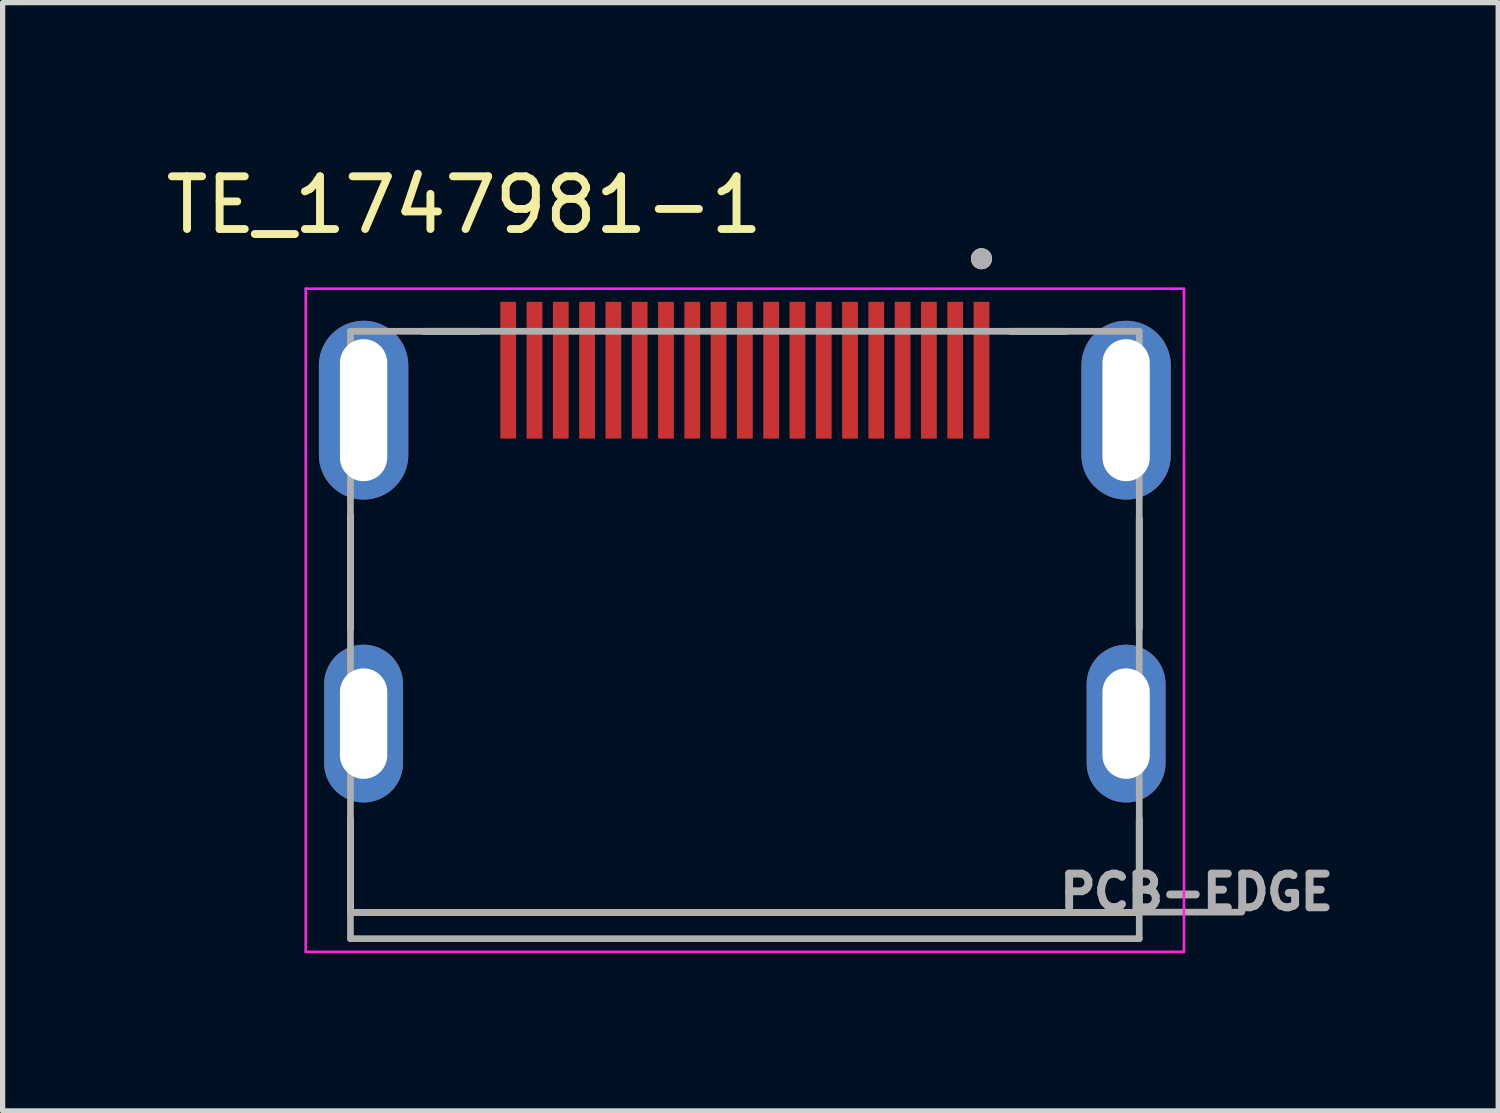
<source format=kicad_pcb>
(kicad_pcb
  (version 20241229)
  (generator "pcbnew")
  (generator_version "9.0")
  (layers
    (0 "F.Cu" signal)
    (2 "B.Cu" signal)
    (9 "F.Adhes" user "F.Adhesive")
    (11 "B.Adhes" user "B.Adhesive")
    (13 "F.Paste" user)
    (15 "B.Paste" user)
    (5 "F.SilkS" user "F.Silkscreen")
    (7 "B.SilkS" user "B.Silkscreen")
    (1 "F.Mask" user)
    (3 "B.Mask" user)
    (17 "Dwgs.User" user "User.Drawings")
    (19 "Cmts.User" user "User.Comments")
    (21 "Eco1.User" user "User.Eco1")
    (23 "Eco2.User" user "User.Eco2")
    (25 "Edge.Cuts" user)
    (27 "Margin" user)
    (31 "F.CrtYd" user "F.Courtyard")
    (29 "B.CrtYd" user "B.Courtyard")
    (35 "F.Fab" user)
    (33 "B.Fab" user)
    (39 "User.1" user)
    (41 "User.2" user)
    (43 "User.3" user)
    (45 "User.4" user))
  (footprint "TE_1747981-1"
    (layer "F.Cu")
    (at 11.114 4.75)
    (property "Reference" "TE_1747981-1" (at -5.335 -3.901 0) (layer "F.SilkS") (effects (font (size 1.002 1.002) (thickness 0.15))))
    (attr through_hole)
    (fp_line (start -7.5 2.01) (end -7.5 4.15) (stroke (width 0.127) (type solid)) (layer "F.SilkS"))
    (fp_line (start -7.5 7.77) (end -7.5 9.55) (stroke (width 0.127) (type solid)) (layer "F.SilkS"))
    (fp_line (start -7.5 9.55) (end 7.5 9.55) (stroke (width 0.127) (type solid)) (layer "F.SilkS"))
    (fp_line (start -6.11 -1.5) (end -5.05 -1.5) (stroke (width 0.127) (type solid)) (layer "F.SilkS"))
    (fp_line (start 6.11 -1.5) (end 5.05 -1.5) (stroke (width 0.127) (type solid)) (layer "F.SilkS"))
    (fp_line (start 7.5 2.06) (end 7.5 4.15) (stroke (width 0.127) (type solid)) (layer "F.SilkS"))
    (fp_line (start 7.5 9.55) (end 7.5 7.77) (stroke (width 0.127) (type solid)) (layer "F.SilkS"))
    (fp_circle (center 4.5 -2.88) (end 4.6 -2.88) (stroke (width 0.2) (type solid)) (fill no) (layer "F.SilkS"))
    (fp_line (start -8.35 -2.31) (end 8.35 -2.31) (stroke (width 0.05) (type solid)) (layer "F.CrtYd"))
    (fp_line (start -8.35 10.3) (end -8.35 -2.31) (stroke (width 0.05) (type solid)) (layer "F.CrtYd"))
    (fp_line (start 8.35 -2.31) (end 8.35 10.3) (stroke (width 0.05) (type solid)) (layer "F.CrtYd"))
    (fp_line (start 8.35 10.3) (end -8.35 10.3) (stroke (width 0.05) (type solid)) (layer "F.CrtYd"))
    (fp_line (start -7.5 -1.5) (end 7.5 -1.5) (stroke (width 0.127) (type solid)) (layer "F.Fab"))
    (fp_line (start -7.5 9.55) (end -7.5 -1.5) (stroke (width 0.127) (type solid)) (layer "F.Fab"))
    (fp_line (start -7.5 9.55) (end 7.5 9.55) (stroke (width 0.127) (type solid)) (layer "F.Fab"))
    (fp_line (start -7.5 10.05) (end -7.5 9.55) (stroke (width 0.127) (type solid)) (layer "F.Fab"))
    (fp_line (start 7.5 -1.5) (end 7.5 9.545) (stroke (width 0.127) (type solid)) (layer "F.Fab"))
    (fp_line (start 7.5 9.545) (end 7.5 9.55) (stroke (width 0.127) (type solid)) (layer "F.Fab"))
    (fp_line (start 7.5 9.545) (end 9.45 9.545) (stroke (width 0.127) (type solid)) (layer "F.Fab"))
    (fp_line (start 7.5 9.55) (end 7.5 10.05) (stroke (width 0.127) (type solid)) (layer "F.Fab"))
    (fp_line (start 7.5 10.05) (end -7.5 10.05) (stroke (width 0.127) (type solid)) (layer "F.Fab"))
    (fp_circle (center 4.5 -2.88) (end 4.6 -2.88) (stroke (width 0.2) (type solid)) (fill no) (layer "F.Fab"))
    (fp_text user "PCB-EDGE" (at 8.59 9.165 0) (layer "F.Fab") (effects (font (size 0.64 0.64) (thickness 0.15))))
    (pad "1" smd rect (at 4.5 -0.76) (size 0.3 2.6) (layers "F.Cu" "F.Mask" "F.Paste"))
    (pad "2" smd rect (at 4 -0.76) (size 0.3 2.6) (layers "F.Cu" "F.Mask" "F.Paste"))
    (pad "3" smd rect (at 3.5 -0.76) (size 0.3 2.6) (layers "F.Cu" "F.Mask" "F.Paste"))
    (pad "4" smd rect (at 3 -0.76) (size 0.3 2.6) (layers "F.Cu" "F.Mask" "F.Paste"))
    (pad "5" smd rect (at 2.5 -0.76) (size 0.3 2.6) (layers "F.Cu" "F.Mask" "F.Paste"))
    (pad "6" smd rect (at 2 -0.76) (size 0.3 2.6) (layers "F.Cu" "F.Mask" "F.Paste"))
    (pad "7" smd rect (at 1.5 -0.76) (size 0.3 2.6) (layers "F.Cu" "F.Mask" "F.Paste"))
    (pad "8" smd rect (at 1 -0.76) (size 0.3 2.6) (layers "F.Cu" "F.Mask" "F.Paste"))
    (pad "9" smd rect (at 0.5 -0.76) (size 0.3 2.6) (layers "F.Cu" "F.Mask" "F.Paste"))
    (pad "10" smd rect (at 0 -0.76) (size 0.3 2.6) (layers "F.Cu" "F.Mask" "F.Paste"))
    (pad "11" smd rect (at -0.5 -0.76) (size 0.3 2.6) (layers "F.Cu" "F.Mask" "F.Paste"))
    (pad "12" smd rect (at -1 -0.76) (size 0.3 2.6) (layers "F.Cu" "F.Mask" "F.Paste"))
    (pad "13" smd rect (at -1.5 -0.76) (size 0.3 2.6) (layers "F.Cu" "F.Mask" "F.Paste"))
    (pad "14" smd rect (at -2 -0.76) (size 0.3 2.6) (layers "F.Cu" "F.Mask" "F.Paste"))
    (pad "15" smd rect (at -2.5 -0.76) (size 0.3 2.6) (layers "F.Cu" "F.Mask" "F.Paste"))
    (pad "16" smd rect (at -3 -0.76) (size 0.3 2.6) (layers "F.Cu" "F.Mask" "F.Paste"))
    (pad "17" smd rect (at -3.5 -0.76) (size 0.3 2.6) (layers "F.Cu" "F.Mask" "F.Paste"))
    (pad "18" smd rect (at -4 -0.76) (size 0.3 2.6) (layers "F.Cu" "F.Mask" "F.Paste"))
    (pad "19" smd rect (at -4.5 -0.76) (size 0.3 2.6) (layers "F.Cu" "F.Mask" "F.Paste"))
    (pad "S1" thru_hole oval (at -7.25 0) (size 1.7 3.4) (drill oval 0.9 2.7) (layers "*.Cu" "*.Mask"))
    (pad "S2" thru_hole oval (at -7.25 5.96) (size 1.5 3) (drill oval 0.9 2.1) (layers "*.Cu" "*.Mask"))
    (pad "S3" thru_hole oval (at 7.25 0) (size 1.7 3.4) (drill oval 0.9 2.7) (layers "*.Cu" "*.Mask"))
    (pad "S4" thru_hole oval (at 7.25 5.96) (size 1.5 3) (drill oval 0.9 2.1) (layers "*.Cu" "*.Mask")))
  (gr_rect
    (start -3 -3)
    (end 25.44 18.075)
    (stroke (width 0.1) (type default))
    (fill no)
    (layer "Edge.Cuts")))
</source>
